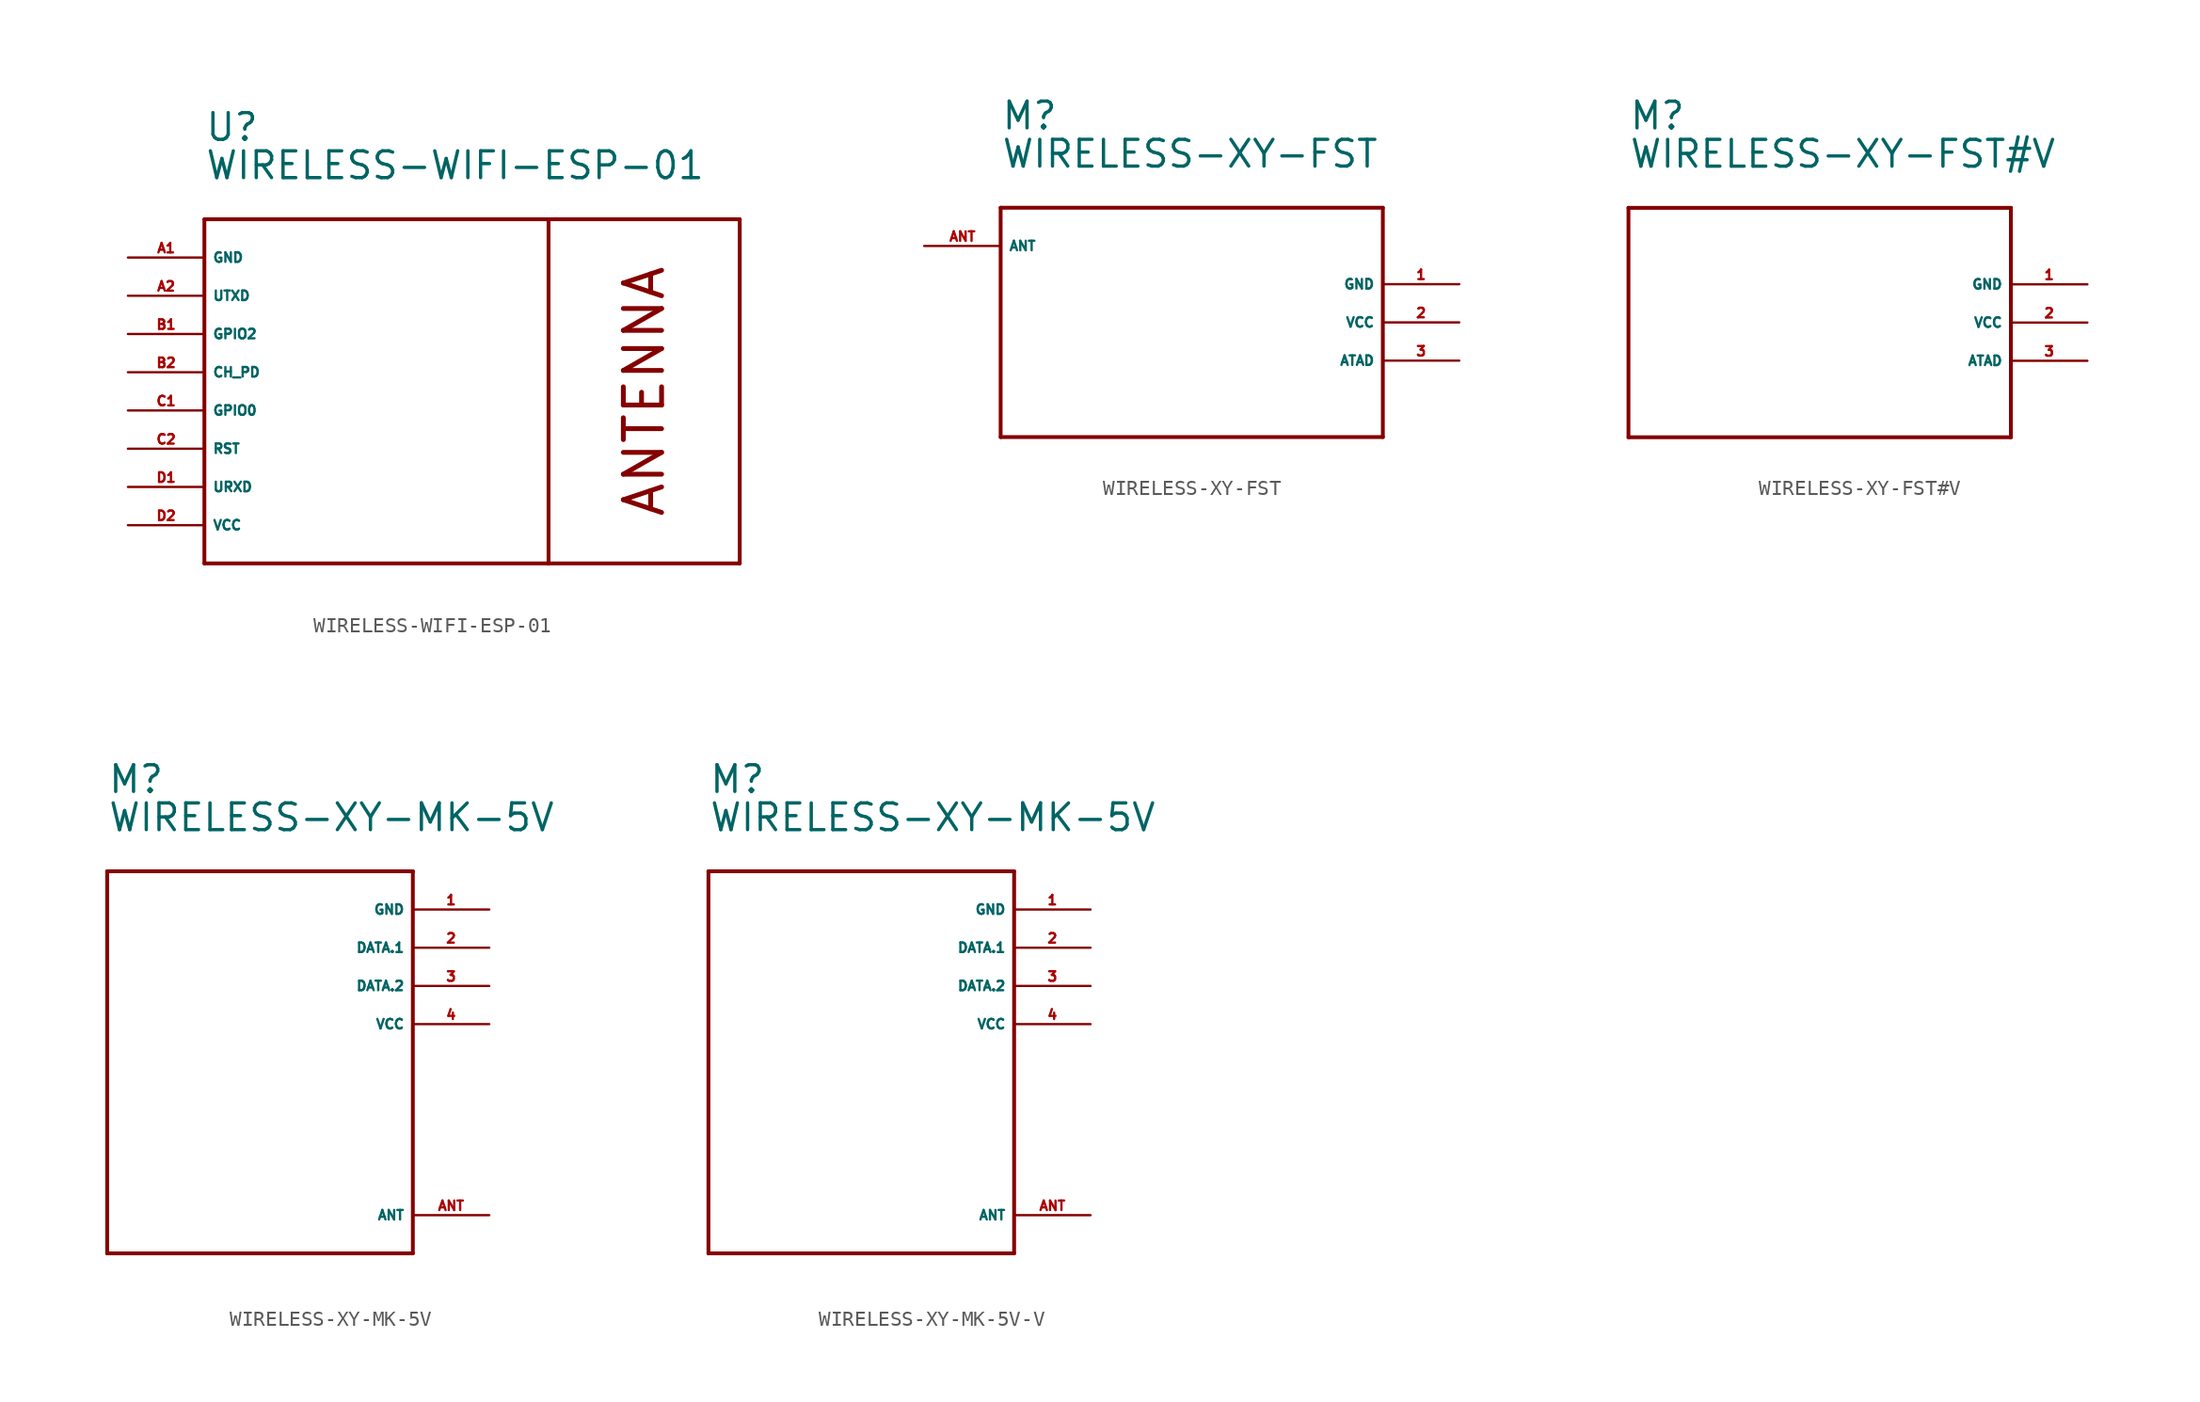
<source format=kicad_sym>
(kicad_symbol_lib
  (version 20220914)
  (generator Eagle2Kicad)
  (symbol "WIRELESS-WIFI-ESP-01"
    (property "Reference" "U"
      (at -17.78 17.78 0)
      (effects (font (size 1.778 1.778) (thickness 0.22)) (justify left bottom)))
    (property "Value" "WIRELESS-WIFI-ESP-01"
      (at -17.78 15.24 0)
      (effects (font (size 1.778 1.778) (thickness 0.22)) (justify left bottom)))
    (polyline
      (pts (xy -17.78 12.7) (xy 5.08 12.7))
      (stroke (width 0.254) (type default))
      (fill (type none)))
    (polyline
      (pts (xy 5.08 12.7) (xy 17.78 12.7))
      (stroke (width 0.254) (type default))
      (fill (type none)))
    (polyline
      (pts (xy 17.78 12.7) (xy 17.78 -10.16))
      (stroke (width 0.254) (type default))
      (fill (type none)))
    (polyline
      (pts (xy 17.78 -10.16) (xy 5.08 -10.16))
      (stroke (width 0.254) (type default))
      (fill (type none)))
    (polyline
      (pts (xy 5.08 -10.16) (xy -17.78 -10.16))
      (stroke (width 0.254) (type default))
      (fill (type none)))
    (polyline
      (pts (xy -17.78 -10.16) (xy -17.78 12.7))
      (stroke (width 0.254) (type default))
      (fill (type none)))
    (polyline
      (pts (xy 5.08 12.7) (xy 5.08 -10.16))
      (stroke (width 0.254) (type default))
      (fill (type none)))
    (text "ANTENNA"
      (at 11.43 1.27 900)
      (effects (font (size 2.54 2.54) (thickness 0.32))))
    (pin unspecified line
      (at -22.86 10.16 0)
      (length 5.08)
      (name "GND" (effects (font (size 0.635 0.635) (thickness 0.08)) (justify left bottom)))
      (number "A1" (effects (font (size 0.635 0.635) (thickness 0.08)) (justify left bottom))))
    (pin bidirectional line
      (at -22.86 7.62 0)
      (length 5.08)
      (name "UTXD" (effects (font (size 0.635 0.635) (thickness 0.08)) (justify left bottom)))
      (number "A2" (effects (font (size 0.635 0.635) (thickness 0.08)) (justify left bottom))))
    (pin bidirectional line
      (at -22.86 5.08 0)
      (length 5.08)
      (name "GPIO2" (effects (font (size 0.635 0.635) (thickness 0.08)) (justify left bottom)))
      (number "B1" (effects (font (size 0.635 0.635) (thickness 0.08)) (justify left bottom))))
    (pin bidirectional line
      (at -22.86 2.54 0)
      (length 5.08)
      (name "CH_PD" (effects (font (size 0.635 0.635) (thickness 0.08)) (justify left bottom)))
      (number "B2" (effects (font (size 0.635 0.635) (thickness 0.08)) (justify left bottom))))
    (pin bidirectional line
      (at -22.86 0 0)
      (length 5.08)
      (name "GPIO0" (effects (font (size 0.635 0.635) (thickness 0.08)) (justify left bottom)))
      (number "C1" (effects (font (size 0.635 0.635) (thickness 0.08)) (justify left bottom))))
    (pin bidirectional line
      (at -22.86 -2.54 0)
      (length 5.08)
      (name "RST" (effects (font (size 0.635 0.635) (thickness 0.08)) (justify left bottom)))
      (number "C2" (effects (font (size 0.635 0.635) (thickness 0.08)) (justify left bottom))))
    (pin bidirectional line
      (at -22.86 -5.08 0)
      (length 5.08)
      (name "URXD" (effects (font (size 0.635 0.635) (thickness 0.08)) (justify left bottom)))
      (number "D1" (effects (font (size 0.635 0.635) (thickness 0.08)) (justify left bottom))))
    (pin unspecified line
      (at -22.86 -7.62 0)
      (length 5.08)
      (name "VCC" (effects (font (size 0.635 0.635) (thickness 0.08)) (justify left bottom)))
      (number "D2" (effects (font (size 0.635 0.635) (thickness 0.08)) (justify left bottom)))))
  (symbol "WIRELESS-XY-FST"
    (property "Reference" "M"
      (at -12.7 12.7 0)
      (effects (font (size 1.778 1.778) (thickness 0.22)) (justify left bottom)))
    (property "Value" "WIRELESS-XY-FST"
      (at -12.7 10.16 0)
      (effects (font (size 1.778 1.778) (thickness 0.22)) (justify left bottom)))
    (polyline
      (pts (xy 12.7 7.62) (xy 12.7 -7.62))
      (stroke (width 0.254) (type default))
      (fill (type none)))
    (polyline
      (pts (xy 12.7 -7.62) (xy -12.7 -7.62))
      (stroke (width 0.254) (type default))
      (fill (type none)))
    (polyline
      (pts (xy -12.7 -7.62) (xy -12.7 7.62))
      (stroke (width 0.254) (type default))
      (fill (type none)))
    (polyline
      (pts (xy -12.7 7.62) (xy 12.7 7.62))
      (stroke (width 0.254) (type default))
      (fill (type none)))
    (pin output line
      (at -17.78 5.08 0)
      (length 5.08)
      (name "ANT" (effects (font (size 0.635 0.635) (thickness 0.08)) (justify left bottom)))
      (number "ANT" (effects (font (size 0.635 0.635) (thickness 0.08)) (justify left bottom))))
    (pin unspecified line
      (at 17.78 2.54 180)
      (length 5.08)
      (name "GND" (effects (font (size 0.635 0.635) (thickness 0.08)) (justify left bottom)))
      (number "1" (effects (font (size 0.635 0.635) (thickness 0.08)) (justify left bottom))))
    (pin unspecified line
      (at 17.78 0 180)
      (length 5.08)
      (name "VCC" (effects (font (size 0.635 0.635) (thickness 0.08)) (justify left bottom)))
      (number "2" (effects (font (size 0.635 0.635) (thickness 0.08)) (justify left bottom))))
    (pin input line
      (at 17.78 -2.54 180)
      (length 5.08)
      (name "ATAD" (effects (font (size 0.635 0.635) (thickness 0.08)) (justify left bottom)))
      (number "3" (effects (font (size 0.635 0.635) (thickness 0.08)) (justify left bottom)))))
  (symbol "WIRELESS-XY-FST#V"
    (property "Reference" "M"
      (at -12.7 12.7 0)
      (effects (font (size 1.778 1.778) (thickness 0.22)) (justify left bottom)))
    (property "Value" "WIRELESS-XY-FST#V"
      (at -12.7 10.16 0)
      (effects (font (size 1.778 1.778) (thickness 0.22)) (justify left bottom)))
    (polyline
      (pts (xy 12.7 7.62) (xy 12.7 -7.62))
      (stroke (width 0.254) (type default))
      (fill (type none)))
    (polyline
      (pts (xy 12.7 -7.62) (xy -12.7 -7.62))
      (stroke (width 0.254) (type default))
      (fill (type none)))
    (polyline
      (pts (xy -12.7 -7.62) (xy -12.7 7.62))
      (stroke (width 0.254) (type default))
      (fill (type none)))
    (polyline
      (pts (xy -12.7 7.62) (xy 12.7 7.62))
      (stroke (width 0.254) (type default))
      (fill (type none)))
    (pin unspecified line
      (at 17.78 2.54 180)
      (length 5.08)
      (name "GND" (effects (font (size 0.635 0.635) (thickness 0.08)) (justify left bottom)))
      (number "1" (effects (font (size 0.635 0.635) (thickness 0.08)) (justify left bottom))))
    (pin unspecified line
      (at 17.78 0 180)
      (length 5.08)
      (name "VCC" (effects (font (size 0.635 0.635) (thickness 0.08)) (justify left bottom)))
      (number "2" (effects (font (size 0.635 0.635) (thickness 0.08)) (justify left bottom))))
    (pin input line
      (at 17.78 -2.54 180)
      (length 5.08)
      (name "ATAD" (effects (font (size 0.635 0.635) (thickness 0.08)) (justify left bottom)))
      (number "3" (effects (font (size 0.635 0.635) (thickness 0.08)) (justify left bottom)))))
  (symbol "WIRELESS-XY-MK-5V"
    (property "Reference" "M"
      (at -10.16 17.78 0)
      (effects (font (size 1.778 1.778) (thickness 0.22)) (justify left bottom)))
    (property "Value" "WIRELESS-XY-MK-5V"
      (at -10.16 15.24 0)
      (effects (font (size 1.778 1.778) (thickness 0.22)) (justify left bottom)))
    (polyline
      (pts (xy 10.16 12.7) (xy 10.16 -12.7))
      (stroke (width 0.254) (type default))
      (fill (type none)))
    (polyline
      (pts (xy 10.16 -12.7) (xy -10.16 -12.7))
      (stroke (width 0.254) (type default))
      (fill (type none)))
    (polyline
      (pts (xy -10.16 -12.7) (xy -10.16 12.7))
      (stroke (width 0.254) (type default))
      (fill (type none)))
    (polyline
      (pts (xy -10.16 12.7) (xy 10.16 12.7))
      (stroke (width 0.254) (type default))
      (fill (type none)))
    (pin bidirectional line
      (at 15.24 10.16 180)
      (length 5.08)
      (name "GND" (effects (font (size 0.635 0.635) (thickness 0.08)) (justify left bottom)))
      (number "1" (effects (font (size 0.635 0.635) (thickness 0.08)) (justify left bottom))))
    (pin bidirectional line
      (at 15.24 7.62 180)
      (length 5.08)
      (name "DATA.1" (effects (font (size 0.635 0.635) (thickness 0.08)) (justify left bottom)))
      (number "2" (effects (font (size 0.635 0.635) (thickness 0.08)) (justify left bottom))))
    (pin bidirectional line
      (at 15.24 5.08 180)
      (length 5.08)
      (name "DATA.2" (effects (font (size 0.635 0.635) (thickness 0.08)) (justify left bottom)))
      (number "3" (effects (font (size 0.635 0.635) (thickness 0.08)) (justify left bottom))))
    (pin bidirectional line
      (at 15.24 2.54 180)
      (length 5.08)
      (name "VCC" (effects (font (size 0.635 0.635) (thickness 0.08)) (justify left bottom)))
      (number "4" (effects (font (size 0.635 0.635) (thickness 0.08)) (justify left bottom))))
    (pin output line
      (at 15.24 -10.16 180)
      (length 5.08)
      (name "ANT" (effects (font (size 0.635 0.635) (thickness 0.08)) (justify left bottom)))
      (number "ANT" (effects (font (size 0.635 0.635) (thickness 0.08)) (justify left bottom)))))
  (symbol "WIRELESS-XY-MK-5V-V"
    (property "Reference" "M"
      (at -10.16 17.78 0)
      (effects (font (size 1.778 1.778) (thickness 0.22)) (justify left bottom)))
    (property "Value" "WIRELESS-XY-MK-5V"
      (at -10.16 15.24 0)
      (effects (font (size 1.778 1.778) (thickness 0.22)) (justify left bottom)))
    (polyline
      (pts (xy 10.16 12.7) (xy 10.16 -12.7))
      (stroke (width 0.254) (type default))
      (fill (type none)))
    (polyline
      (pts (xy 10.16 -12.7) (xy -10.16 -12.7))
      (stroke (width 0.254) (type default))
      (fill (type none)))
    (polyline
      (pts (xy -10.16 -12.7) (xy -10.16 12.7))
      (stroke (width 0.254) (type default))
      (fill (type none)))
    (polyline
      (pts (xy -10.16 12.7) (xy 10.16 12.7))
      (stroke (width 0.254) (type default))
      (fill (type none)))
    (pin bidirectional line
      (at 15.24 10.16 180)
      (length 5.08)
      (name "GND" (effects (font (size 0.635 0.635) (thickness 0.08)) (justify left bottom)))
      (number "1" (effects (font (size 0.635 0.635) (thickness 0.08)) (justify left bottom))))
    (pin bidirectional line
      (at 15.24 7.62 180)
      (length 5.08)
      (name "DATA.1" (effects (font (size 0.635 0.635) (thickness 0.08)) (justify left bottom)))
      (number "2" (effects (font (size 0.635 0.635) (thickness 0.08)) (justify left bottom))))
    (pin bidirectional line
      (at 15.24 5.08 180)
      (length 5.08)
      (name "DATA.2" (effects (font (size 0.635 0.635) (thickness 0.08)) (justify left bottom)))
      (number "3" (effects (font (size 0.635 0.635) (thickness 0.08)) (justify left bottom))))
    (pin bidirectional line
      (at 15.24 2.54 180)
      (length 5.08)
      (name "VCC" (effects (font (size 0.635 0.635) (thickness 0.08)) (justify left bottom)))
      (number "4" (effects (font (size 0.635 0.635) (thickness 0.08)) (justify left bottom))))
    (pin output line
      (at 15.24 -10.16 180)
      (length 5.08)
      (name "ANT" (effects (font (size 0.635 0.635) (thickness 0.08)) (justify left bottom)))
      (number "ANT" (effects (font (size 0.635 0.635) (thickness 0.08)) (justify left bottom))))))
</source>
